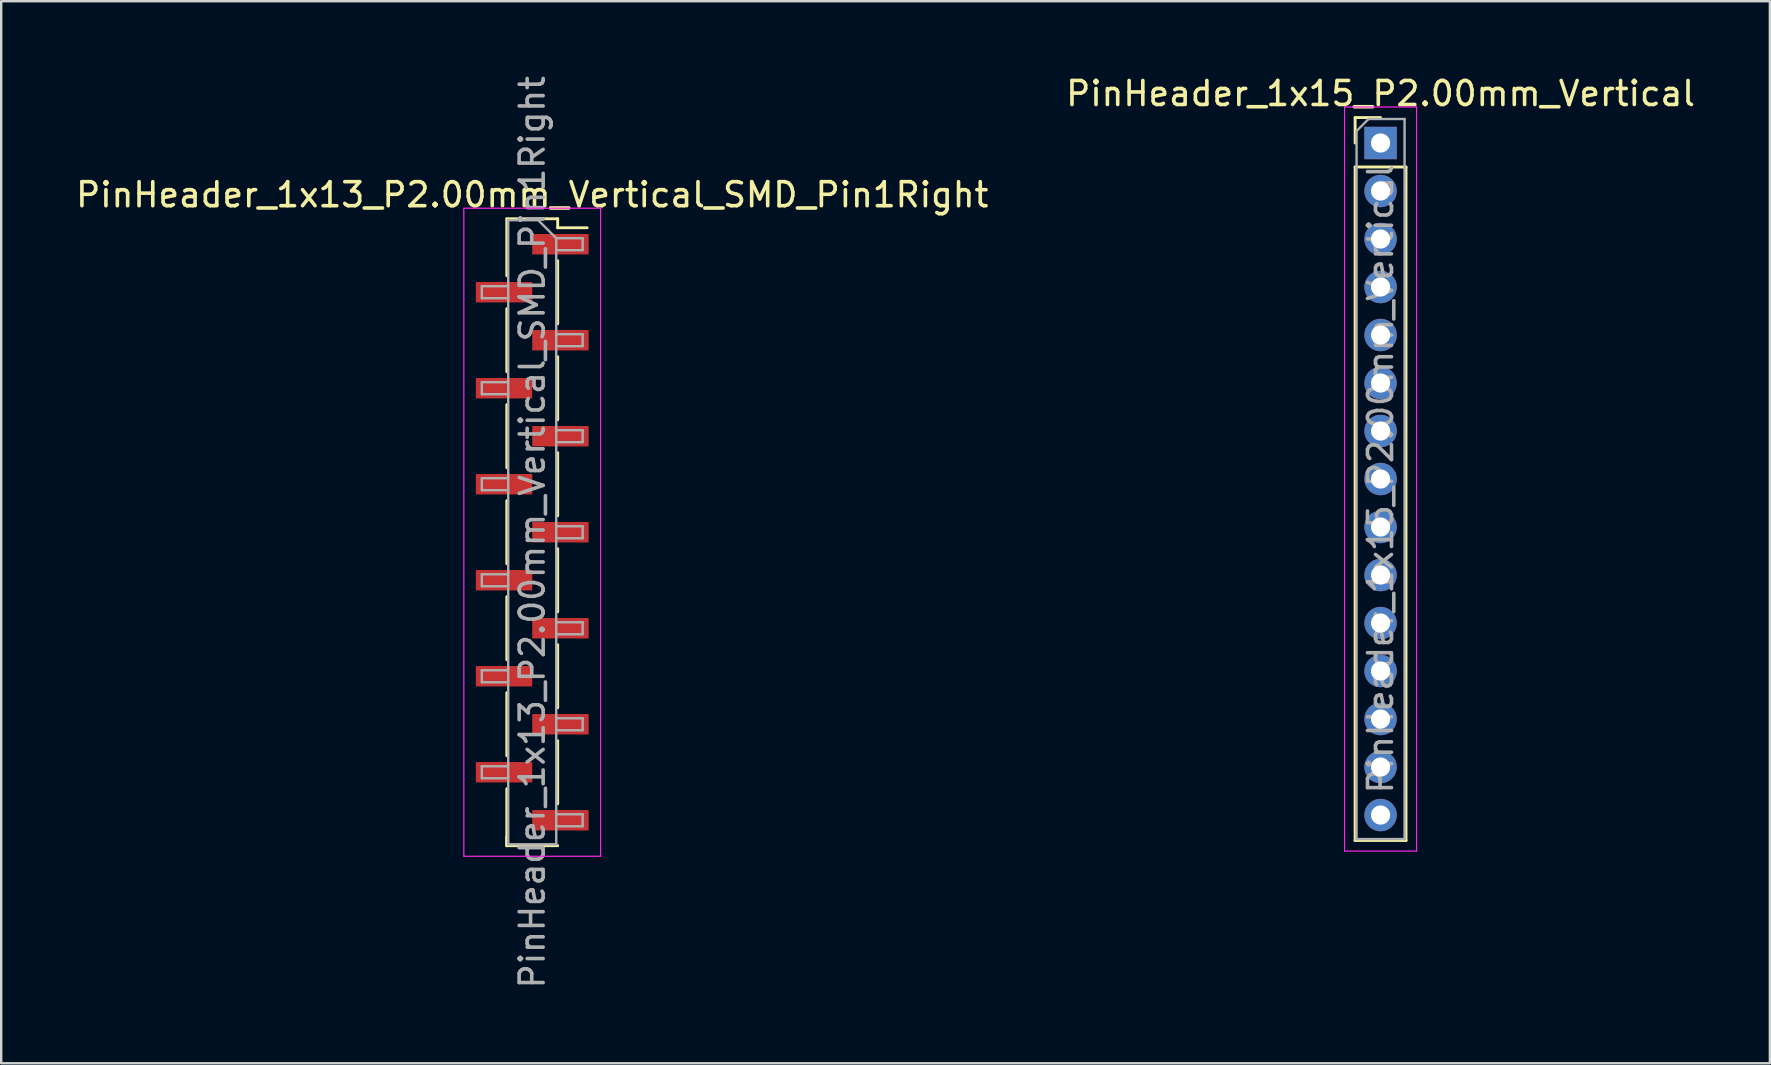
<source format=kicad_pcb>
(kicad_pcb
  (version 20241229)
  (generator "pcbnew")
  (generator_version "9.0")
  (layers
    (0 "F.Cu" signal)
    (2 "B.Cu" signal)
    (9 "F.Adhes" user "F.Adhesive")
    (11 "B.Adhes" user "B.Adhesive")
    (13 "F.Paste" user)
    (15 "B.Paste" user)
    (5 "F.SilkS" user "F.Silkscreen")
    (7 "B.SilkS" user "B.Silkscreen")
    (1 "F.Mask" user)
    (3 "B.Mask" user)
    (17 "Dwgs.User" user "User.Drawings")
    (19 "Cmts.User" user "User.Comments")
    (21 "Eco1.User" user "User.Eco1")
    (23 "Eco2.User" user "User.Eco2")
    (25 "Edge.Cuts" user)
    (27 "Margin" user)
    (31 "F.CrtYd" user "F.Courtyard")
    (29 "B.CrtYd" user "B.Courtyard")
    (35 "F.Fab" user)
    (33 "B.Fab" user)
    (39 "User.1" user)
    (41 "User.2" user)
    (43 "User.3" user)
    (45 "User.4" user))
  (footprint "PinHeader_1x15_P2.00mm_Vertical"
    (layer "F.Cu")
    (at 54.47 2.908)
    (property "Reference" "PinHeader_1x15_P2.00mm_Vertical" (at 0 -2.06 0) (layer "F.SilkS") (effects (font (size 1 1) (thickness 0.15))))
    (attr through_hole)
    (fp_line (start -1.06 -1.06) (end 0 -1.06) (stroke (width 0.12) (type solid)) (layer "F.SilkS"))
    (fp_line (start -1.06 0) (end -1.06 -1.06) (stroke (width 0.12) (type solid)) (layer "F.SilkS"))
    (fp_line (start -1.06 1) (end -1.06 29.06) (stroke (width 0.12) (type solid)) (layer "F.SilkS"))
    (fp_line (start -1.06 1) (end 1.06 1) (stroke (width 0.12) (type solid)) (layer "F.SilkS"))
    (fp_line (start -1.06 29.06) (end 1.06 29.06) (stroke (width 0.12) (type solid)) (layer "F.SilkS"))
    (fp_line (start 1.06 1) (end 1.06 29.06) (stroke (width 0.12) (type solid)) (layer "F.SilkS"))
    (fp_line (start -1.5 -1.5) (end -1.5 29.5) (stroke (width 0.05) (type solid)) (layer "F.CrtYd"))
    (fp_line (start -1.5 29.5) (end 1.5 29.5) (stroke (width 0.05) (type solid)) (layer "F.CrtYd"))
    (fp_line (start 1.5 -1.5) (end -1.5 -1.5) (stroke (width 0.05) (type solid)) (layer "F.CrtYd"))
    (fp_line (start 1.5 29.5) (end 1.5 -1.5) (stroke (width 0.05) (type solid)) (layer "F.CrtYd"))
    (fp_line (start -1 -0.5) (end -0.5 -1) (stroke (width 0.1) (type solid)) (layer "F.Fab"))
    (fp_line (start -1 29) (end -1 -0.5) (stroke (width 0.1) (type solid)) (layer "F.Fab"))
    (fp_line (start -0.5 -1) (end 1 -1) (stroke (width 0.1) (type solid)) (layer "F.Fab"))
    (fp_line (start 1 -1) (end 1 29) (stroke (width 0.1) (type solid)) (layer "F.Fab"))
    (fp_line (start 1 29) (end -1 29) (stroke (width 0.1) (type solid)) (layer "F.Fab"))
    (fp_text user "${REFERENCE}" (at 0 14 90) (layer "F.Fab") (effects (font (size 1 1) (thickness 0.15))))
    (pad "1" thru_hole rect (at 0 0) (size 1.35 1.35) (drill 0.8) (layers "*.Cu" "*.Mask"))
    (pad "2" thru_hole oval (at 0 2) (size 1.35 1.35) (drill 0.8) (layers "*.Cu" "*.Mask"))
    (pad "3" thru_hole oval (at 0 4) (size 1.35 1.35) (drill 0.8) (layers "*.Cu" "*.Mask"))
    (pad "4" thru_hole oval (at 0 6) (size 1.35 1.35) (drill 0.8) (layers "*.Cu" "*.Mask"))
    (pad "5" thru_hole oval (at 0 8) (size 1.35 1.35) (drill 0.8) (layers "*.Cu" "*.Mask"))
    (pad "6" thru_hole oval (at 0 10) (size 1.35 1.35) (drill 0.8) (layers "*.Cu" "*.Mask"))
    (pad "7" thru_hole oval (at 0 12) (size 1.35 1.35) (drill 0.8) (layers "*.Cu" "*.Mask"))
    (pad "8" thru_hole oval (at 0 14) (size 1.35 1.35) (drill 0.8) (layers "*.Cu" "*.Mask"))
    (pad "9" thru_hole oval (at 0 16) (size 1.35 1.35) (drill 0.8) (layers "*.Cu" "*.Mask"))
    (pad "10" thru_hole oval (at 0 18) (size 1.35 1.35) (drill 0.8) (layers "*.Cu" "*.Mask"))
    (pad "11" thru_hole oval (at 0 20) (size 1.35 1.35) (drill 0.8) (layers "*.Cu" "*.Mask"))
    (pad "12" thru_hole oval (at 0 22) (size 1.35 1.35) (drill 0.8) (layers "*.Cu" "*.Mask"))
    (pad "13" thru_hole oval (at 0 24) (size 1.35 1.35) (drill 0.8) (layers "*.Cu" "*.Mask"))
    (pad "14" thru_hole oval (at 0 26) (size 1.35 1.35) (drill 0.8) (layers "*.Cu" "*.Mask"))
    (pad "15" thru_hole oval (at 0 28) (size 1.35 1.35) (drill 0.8) (layers "*.Cu" "*.Mask")))
  (footprint "PinHeader_1x13_P2.00mm_Vertical_SMD_Pin1Right"
    (layer "F.Cu")
    (at 19.125 19.125)
    (property "Reference" "PinHeader_1x13_P2.00mm_Vertical_SMD_Pin1Right" (at 0 -14.06 0) (layer "F.SilkS") (effects (font (size 1 1) (thickness 0.15))))
    (attr smd)
    (fp_line (start -1.06 -13.06) (end -1.06 -10.685) (stroke (width 0.12) (type solid)) (layer "F.SilkS"))
    (fp_line (start -1.06 -13.06) (end 1.06 -13.06) (stroke (width 0.12) (type solid)) (layer "F.SilkS"))
    (fp_line (start -1.06 -9.315) (end -1.06 -6.685) (stroke (width 0.12) (type solid)) (layer "F.SilkS"))
    (fp_line (start -1.06 -5.315) (end -1.06 -2.685) (stroke (width 0.12) (type solid)) (layer "F.SilkS"))
    (fp_line (start -1.06 -1.315) (end -1.06 1.315) (stroke (width 0.12) (type solid)) (layer "F.SilkS"))
    (fp_line (start -1.06 2.685) (end -1.06 5.315) (stroke (width 0.12) (type solid)) (layer "F.SilkS"))
    (fp_line (start -1.06 6.685) (end -1.06 9.315) (stroke (width 0.12) (type solid)) (layer "F.SilkS"))
    (fp_line (start -1.06 10.685) (end -1.06 13.06) (stroke (width 0.12) (type solid)) (layer "F.SilkS"))
    (fp_line (start -1.06 12.685) (end -1.06 13.06) (stroke (width 0.12) (type solid)) (layer "F.SilkS"))
    (fp_line (start -1.06 13.06) (end 1.06 13.06) (stroke (width 0.12) (type solid)) (layer "F.SilkS"))
    (fp_line (start 1.06 -13.06) (end 1.06 -12.685) (stroke (width 0.12) (type solid)) (layer "F.SilkS"))
    (fp_line (start 1.06 -12.685) (end 2.29 -12.685) (stroke (width 0.12) (type solid)) (layer "F.SilkS"))
    (fp_line (start 1.06 -11.315) (end 1.06 -8.685) (stroke (width 0.12) (type solid)) (layer "F.SilkS"))
    (fp_line (start 1.06 -7.315) (end 1.06 -4.685) (stroke (width 0.12) (type solid)) (layer "F.SilkS"))
    (fp_line (start 1.06 -3.315) (end 1.06 -0.685) (stroke (width 0.12) (type solid)) (layer "F.SilkS"))
    (fp_line (start 1.06 0.685) (end 1.06 3.315) (stroke (width 0.12) (type solid)) (layer "F.SilkS"))
    (fp_line (start 1.06 4.685) (end 1.06 7.315) (stroke (width 0.12) (type solid)) (layer "F.SilkS"))
    (fp_line (start 1.06 8.685) (end 1.06 11.315) (stroke (width 0.12) (type solid)) (layer "F.SilkS"))
    (fp_line (start -2.85 -13.5) (end -2.85 13.5) (stroke (width 0.05) (type solid)) (layer "F.CrtYd"))
    (fp_line (start -2.85 13.5) (end 2.85 13.5) (stroke (width 0.05) (type solid)) (layer "F.CrtYd"))
    (fp_line (start 2.85 -13.5) (end -2.85 -13.5) (stroke (width 0.05) (type solid)) (layer "F.CrtYd"))
    (fp_line (start 2.85 13.5) (end 2.85 -13.5) (stroke (width 0.05) (type solid)) (layer "F.CrtYd"))
    (fp_line (start -2.1 -10.25) (end -2.1 -9.75) (stroke (width 0.1) (type solid)) (layer "F.Fab"))
    (fp_line (start -2.1 -9.75) (end -1 -9.75) (stroke (width 0.1) (type solid)) (layer "F.Fab"))
    (fp_line (start -2.1 -6.25) (end -2.1 -5.75) (stroke (width 0.1) (type solid)) (layer "F.Fab"))
    (fp_line (start -2.1 -5.75) (end -1 -5.75) (stroke (width 0.1) (type solid)) (layer "F.Fab"))
    (fp_line (start -2.1 -2.25) (end -2.1 -1.75) (stroke (width 0.1) (type solid)) (layer "F.Fab"))
    (fp_line (start -2.1 -1.75) (end -1 -1.75) (stroke (width 0.1) (type solid)) (layer "F.Fab"))
    (fp_line (start -2.1 1.75) (end -2.1 2.25) (stroke (width 0.1) (type solid)) (layer "F.Fab"))
    (fp_line (start -2.1 2.25) (end -1 2.25) (stroke (width 0.1) (type solid)) (layer "F.Fab"))
    (fp_line (start -2.1 5.75) (end -2.1 6.25) (stroke (width 0.1) (type solid)) (layer "F.Fab"))
    (fp_line (start -2.1 6.25) (end -1 6.25) (stroke (width 0.1) (type solid)) (layer "F.Fab"))
    (fp_line (start -2.1 9.75) (end -2.1 10.25) (stroke (width 0.1) (type solid)) (layer "F.Fab"))
    (fp_line (start -2.1 10.25) (end -1 10.25) (stroke (width 0.1) (type solid)) (layer "F.Fab"))
    (fp_line (start -1 -13) (end -1 13) (stroke (width 0.1) (type solid)) (layer "F.Fab"))
    (fp_line (start -1 -13) (end 0.25 -13) (stroke (width 0.1) (type solid)) (layer "F.Fab"))
    (fp_line (start -1 -10.25) (end -2.1 -10.25) (stroke (width 0.1) (type solid)) (layer "F.Fab"))
    (fp_line (start -1 -6.25) (end -2.1 -6.25) (stroke (width 0.1) (type solid)) (layer "F.Fab"))
    (fp_line (start -1 -2.25) (end -2.1 -2.25) (stroke (width 0.1) (type solid)) (layer "F.Fab"))
    (fp_line (start -1 1.75) (end -2.1 1.75) (stroke (width 0.1) (type solid)) (layer "F.Fab"))
    (fp_line (start -1 5.75) (end -2.1 5.75) (stroke (width 0.1) (type solid)) (layer "F.Fab"))
    (fp_line (start -1 9.75) (end -2.1 9.75) (stroke (width 0.1) (type solid)) (layer "F.Fab"))
    (fp_line (start 1 -12.25) (end 0.25 -13) (stroke (width 0.1) (type solid)) (layer "F.Fab"))
    (fp_line (start 1 -12.25) (end 2.1 -12.25) (stroke (width 0.1) (type solid)) (layer "F.Fab"))
    (fp_line (start 1 -8.25) (end 2.1 -8.25) (stroke (width 0.1) (type solid)) (layer "F.Fab"))
    (fp_line (start 1 -4.25) (end 2.1 -4.25) (stroke (width 0.1) (type solid)) (layer "F.Fab"))
    (fp_line (start 1 -0.25) (end 2.1 -0.25) (stroke (width 0.1) (type solid)) (layer "F.Fab"))
    (fp_line (start 1 3.75) (end 2.1 3.75) (stroke (width 0.1) (type solid)) (layer "F.Fab"))
    (fp_line (start 1 7.75) (end 2.1 7.75) (stroke (width 0.1) (type solid)) (layer "F.Fab"))
    (fp_line (start 1 11.75) (end 2.1 11.75) (stroke (width 0.1) (type solid)) (layer "F.Fab"))
    (fp_line (start 1 13) (end -1 13) (stroke (width 0.1) (type solid)) (layer "F.Fab"))
    (fp_line (start 1 13) (end 1 -12.25) (stroke (width 0.1) (type solid)) (layer "F.Fab"))
    (fp_line (start 2.1 -12.25) (end 2.1 -11.75) (stroke (width 0.1) (type solid)) (layer "F.Fab"))
    (fp_line (start 2.1 -11.75) (end 1 -11.75) (stroke (width 0.1) (type solid)) (layer "F.Fab"))
    (fp_line (start 2.1 -8.25) (end 2.1 -7.75) (stroke (width 0.1) (type solid)) (layer "F.Fab"))
    (fp_line (start 2.1 -7.75) (end 1 -7.75) (stroke (width 0.1) (type solid)) (layer "F.Fab"))
    (fp_line (start 2.1 -4.25) (end 2.1 -3.75) (stroke (width 0.1) (type solid)) (layer "F.Fab"))
    (fp_line (start 2.1 -3.75) (end 1 -3.75) (stroke (width 0.1) (type solid)) (layer "F.Fab"))
    (fp_line (start 2.1 -0.25) (end 2.1 0.25) (stroke (width 0.1) (type solid)) (layer "F.Fab"))
    (fp_line (start 2.1 0.25) (end 1 0.25) (stroke (width 0.1) (type solid)) (layer "F.Fab"))
    (fp_line (start 2.1 3.75) (end 2.1 4.25) (stroke (width 0.1) (type solid)) (layer "F.Fab"))
    (fp_line (start 2.1 4.25) (end 1 4.25) (stroke (width 0.1) (type solid)) (layer "F.Fab"))
    (fp_line (start 2.1 7.75) (end 2.1 8.25) (stroke (width 0.1) (type solid)) (layer "F.Fab"))
    (fp_line (start 2.1 8.25) (end 1 8.25) (stroke (width 0.1) (type solid)) (layer "F.Fab"))
    (fp_line (start 2.1 11.75) (end 2.1 12.25) (stroke (width 0.1) (type solid)) (layer "F.Fab"))
    (fp_line (start 2.1 12.25) (end 1 12.25) (stroke (width 0.1) (type solid)) (layer "F.Fab"))
    (fp_text user "${REFERENCE}" (at 0 0 90) (layer "F.Fab") (effects (font (size 1 1) (thickness 0.15))))
    (pad "1" smd rect (at 1.175 -12) (size 2.35 0.85) (layers "F.Cu" "F.Mask" "F.Paste"))
    (pad "2" smd rect (at -1.175 -10) (size 2.35 0.85) (layers "F.Cu" "F.Mask" "F.Paste"))
    (pad "3" smd rect (at 1.175 -8) (size 2.35 0.85) (layers "F.Cu" "F.Mask" "F.Paste"))
    (pad "4" smd rect (at -1.175 -6) (size 2.35 0.85) (layers "F.Cu" "F.Mask" "F.Paste"))
    (pad "5" smd rect (at 1.175 -4) (size 2.35 0.85) (layers "F.Cu" "F.Mask" "F.Paste"))
    (pad "6" smd rect (at -1.175 -2) (size 2.35 0.85) (layers "F.Cu" "F.Mask" "F.Paste"))
    (pad "7" smd rect (at 1.175 0) (size 2.35 0.85) (layers "F.Cu" "F.Mask" "F.Paste"))
    (pad "8" smd rect (at -1.175 2) (size 2.35 0.85) (layers "F.Cu" "F.Mask" "F.Paste"))
    (pad "9" smd rect (at 1.175 4) (size 2.35 0.85) (layers "F.Cu" "F.Mask" "F.Paste"))
    (pad "10" smd rect (at -1.175 6) (size 2.35 0.85) (layers "F.Cu" "F.Mask" "F.Paste"))
    (pad "11" smd rect (at 1.175 8) (size 2.35 0.85) (layers "F.Cu" "F.Mask" "F.Paste"))
    (pad "12" smd rect (at -1.175 10) (size 2.35 0.85) (layers "F.Cu" "F.Mask" "F.Paste"))
    (pad "13" smd rect (at 1.175 12) (size 2.35 0.85) (layers "F.Cu" "F.Mask" "F.Paste")))
  (gr_rect
    (start -3 -3)
    (end 70.69 41.25)
    (stroke (width 0.1) (type default))
    (fill no)
    (layer "Edge.Cuts")))
</source>
